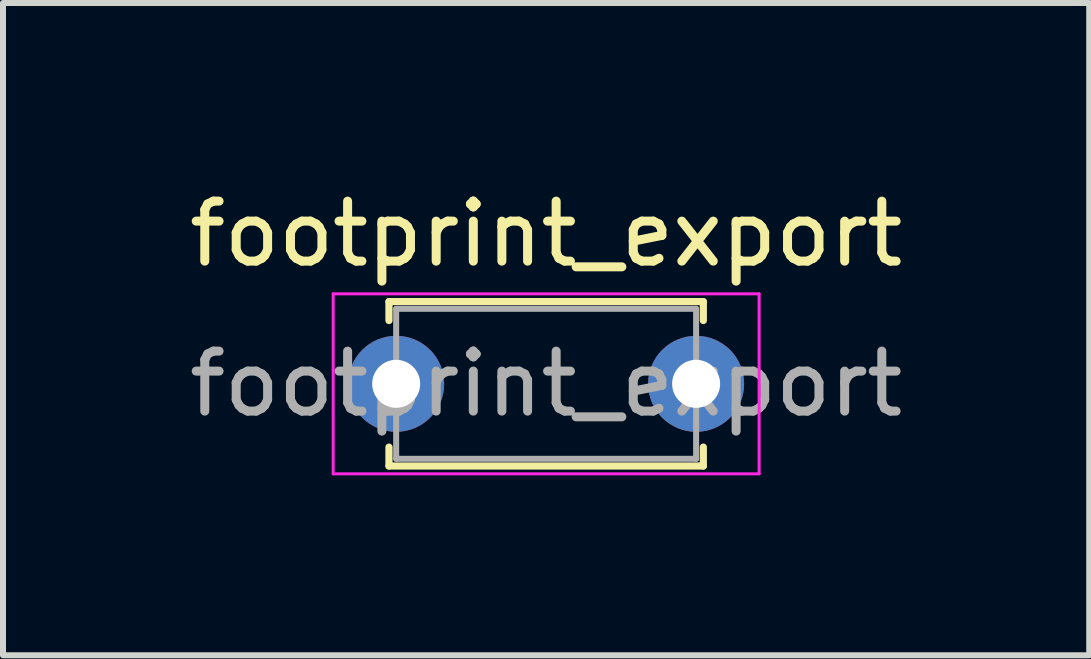
<source format=kicad_pcb>
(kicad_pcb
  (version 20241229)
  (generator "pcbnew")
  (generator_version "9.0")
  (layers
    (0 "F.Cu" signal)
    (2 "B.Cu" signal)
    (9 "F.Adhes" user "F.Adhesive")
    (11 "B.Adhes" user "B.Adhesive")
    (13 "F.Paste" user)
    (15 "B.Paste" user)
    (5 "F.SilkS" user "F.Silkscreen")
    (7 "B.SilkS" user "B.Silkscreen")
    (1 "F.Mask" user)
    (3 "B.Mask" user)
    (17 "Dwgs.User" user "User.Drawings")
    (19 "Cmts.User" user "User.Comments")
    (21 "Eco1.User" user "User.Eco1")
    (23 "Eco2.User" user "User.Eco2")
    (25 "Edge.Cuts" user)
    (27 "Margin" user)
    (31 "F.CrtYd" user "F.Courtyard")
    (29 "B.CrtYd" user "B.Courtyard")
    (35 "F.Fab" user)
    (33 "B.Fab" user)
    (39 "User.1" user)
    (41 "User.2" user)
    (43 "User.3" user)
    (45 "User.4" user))
  (footprint "footprint_export"
    (layer "F.Cu")
    (at 3.554 3.348)
    (property "Reference" "footprint_export" (at 2.5 -2.5 0) (layer "F.SilkS") (effects (font (size 1 1) (thickness 0.15))))
    (attr through_hole)
    (fp_line (start -0.12 -1.37) (end -0.12 -1.055) (stroke (width 0.12) (type solid)) (layer "F.SilkS"))
    (fp_line (start -0.12 -1.37) (end 5.12 -1.37) (stroke (width 0.12) (type solid)) (layer "F.SilkS"))
    (fp_line (start -0.12 1.055) (end -0.12 1.37) (stroke (width 0.12) (type solid)) (layer "F.SilkS"))
    (fp_line (start -0.12 1.37) (end 5.12 1.37) (stroke (width 0.12) (type solid)) (layer "F.SilkS"))
    (fp_line (start 5.12 -1.37) (end 5.12 -1.055) (stroke (width 0.12) (type solid)) (layer "F.SilkS"))
    (fp_line (start 5.12 1.055) (end 5.12 1.37) (stroke (width 0.12) (type solid)) (layer "F.SilkS"))
    (fp_line (start -1.05 -1.5) (end -1.05 1.5) (stroke (width 0.05) (type solid)) (layer "F.CrtYd"))
    (fp_line (start -1.05 1.5) (end 6.05 1.5) (stroke (width 0.05) (type solid)) (layer "F.CrtYd"))
    (fp_line (start 6.05 -1.5) (end -1.05 -1.5) (stroke (width 0.05) (type solid)) (layer "F.CrtYd"))
    (fp_line (start 6.05 1.5) (end 6.05 -1.5) (stroke (width 0.05) (type solid)) (layer "F.CrtYd"))
    (fp_line (start 0 -1.25) (end 0 1.25) (stroke (width 0.1) (type solid)) (layer "F.Fab"))
    (fp_line (start 0 1.25) (end 5 1.25) (stroke (width 0.1) (type solid)) (layer "F.Fab"))
    (fp_line (start 5 -1.25) (end 0 -1.25) (stroke (width 0.1) (type solid)) (layer "F.Fab"))
    (fp_line (start 5 1.25) (end 5 -1.25) (stroke (width 0.1) (type solid)) (layer "F.Fab"))
    (fp_text user "${REFERENCE}" (at 2.5 0 0) (layer "F.Fab") (effects (font (size 1 1) (thickness 0.15))))
    (pad "1" thru_hole circle (at 0 0) (size 1.6 1.6) (drill 0.8) (layers "*.Cu" "*.Mask"))
    (pad "2" thru_hole circle (at 5 0) (size 1.6 1.6) (drill 0.8) (layers "*.Cu" "*.Mask")))
  (gr_rect
    (start -3 -3)
    (end 15.107 7.873)
    (stroke (width 0.1) (type default))
    (fill no)
    (layer "Edge.Cuts")))
</source>
